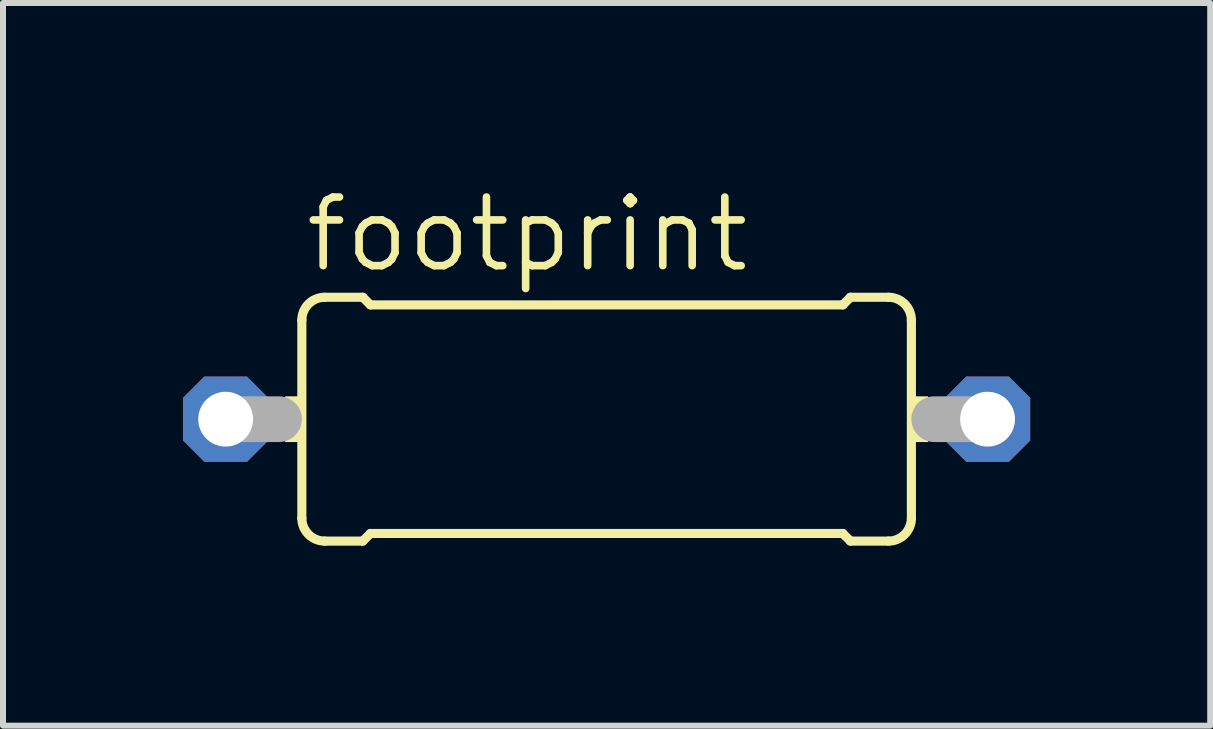
<source format=kicad_pcb>
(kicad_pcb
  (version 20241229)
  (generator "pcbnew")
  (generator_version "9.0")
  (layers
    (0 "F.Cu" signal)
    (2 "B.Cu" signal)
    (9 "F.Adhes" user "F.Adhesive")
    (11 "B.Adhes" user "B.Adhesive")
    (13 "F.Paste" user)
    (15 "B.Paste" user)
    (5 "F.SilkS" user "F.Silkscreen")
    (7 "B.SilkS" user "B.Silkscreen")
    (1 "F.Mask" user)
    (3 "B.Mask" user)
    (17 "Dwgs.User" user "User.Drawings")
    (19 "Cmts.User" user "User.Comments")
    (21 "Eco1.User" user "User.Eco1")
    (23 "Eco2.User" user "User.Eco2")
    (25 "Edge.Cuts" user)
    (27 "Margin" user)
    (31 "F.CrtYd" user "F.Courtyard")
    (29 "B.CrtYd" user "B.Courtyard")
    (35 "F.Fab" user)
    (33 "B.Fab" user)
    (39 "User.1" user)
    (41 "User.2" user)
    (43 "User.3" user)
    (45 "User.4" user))
  (footprint "footprint"
    (layer "F.Cu")
    (at 7.061 3.937)
    (property "Reference" "footprint" (at -5.08 -2.413 0) (layer "F.SilkS") (effects (font (size 1.143 1.143) (thickness 0.127)) (justify left bottom)))
    (fp_line (start -5.08 -1.651) (end -5.08 1.651) (stroke (width 0.152) (type solid)) (layer "F.SilkS"))
    (fp_line (start -4.699 -2.032) (end -4.064 -2.032) (stroke (width 0.152) (type solid)) (layer "F.SilkS"))
    (fp_line (start -4.699 2.032) (end -4.064 2.032) (stroke (width 0.152) (type solid)) (layer "F.SilkS"))
    (fp_line (start -3.937 -1.905) (end -4.064 -2.032) (stroke (width 0.152) (type solid)) (layer "F.SilkS"))
    (fp_line (start -3.937 -1.905) (end 3.937 -1.905) (stroke (width 0.152) (type solid)) (layer "F.SilkS"))
    (fp_line (start -3.937 1.905) (end -4.064 2.032) (stroke (width 0.152) (type solid)) (layer "F.SilkS"))
    (fp_line (start -3.937 1.905) (end 3.937 1.905) (stroke (width 0.152) (type solid)) (layer "F.SilkS"))
    (fp_line (start 3.937 -1.905) (end 4.064 -2.032) (stroke (width 0.152) (type solid)) (layer "F.SilkS"))
    (fp_line (start 3.937 1.905) (end 4.064 2.032) (stroke (width 0.152) (type solid)) (layer "F.SilkS"))
    (fp_line (start 4.699 -2.032) (end 4.064 -2.032) (stroke (width 0.152) (type solid)) (layer "F.SilkS"))
    (fp_line (start 4.699 2.032) (end 4.064 2.032) (stroke (width 0.152) (type solid)) (layer "F.SilkS"))
    (fp_line (start 5.08 1.651) (end 5.08 -1.651) (stroke (width 0.152) (type solid)) (layer "F.SilkS"))
    (fp_arc (start -5.08 -1.651) (mid -4.968408 -1.920408) (end -4.699 -2.032) (stroke (width 0.1524) (type solid)) (layer "F.SilkS"))
    (fp_arc (start -4.699 2.032) (mid -4.968408 1.920408) (end -5.08 1.651) (stroke (width 0.1524) (type solid)) (layer "F.SilkS"))
    (fp_arc (start 4.699 -2.032) (mid 4.968408 -1.920408) (end 5.08 -1.651) (stroke (width 0.1524) (type solid)) (layer "F.SilkS"))
    (fp_arc (start 5.08 1.651) (mid 4.968408 1.920408) (end 4.699 2.032) (stroke (width 0.1524) (type solid)) (layer "F.SilkS"))
    (fp_poly (pts (xy -5.359 0.381) (xy -5.08 0.381) (xy -5.08 -0.381) (xy -5.359 -0.381)) (stroke (width 0) (type solid)) (fill yes) (layer "F.SilkS"))
    (fp_poly (pts (xy 5.08 0.381) (xy 5.359 0.381) (xy 5.359 -0.381) (xy 5.08 -0.381)) (stroke (width 0) (type solid)) (fill yes) (layer "F.SilkS"))
    (fp_line (start -6.35 0) (end -5.461 0) (stroke (width 0.762) (type solid)) (layer "F.Fab"))
    (fp_line (start 6.35 0) (end 5.461 0) (stroke (width 0.762) (type solid)) (layer "F.Fab"))
    (pad "1" thru_hole roundrect (at -6.35 0) (size 1.422 1.422) (drill 0.914) (layers "*.Cu" "*.Mask") (roundrect_rratio 0.25) (chamfer_ratio 0.25) (chamfer top_left top_right bottom_left bottom_right))
    (pad "2" thru_hole roundrect (at 6.35 0) (size 1.422 1.422) (drill 0.914) (layers "*.Cu" "*.Mask") (roundrect_rratio 0.25) (chamfer_ratio 0.25) (chamfer top_left top_right bottom_left bottom_right)))
  (gr_rect
    (start -3 -3)
    (end 17.122 9.045)
    (stroke (width 0.1) (type default))
    (fill no)
    (layer "Edge.Cuts")))
</source>
